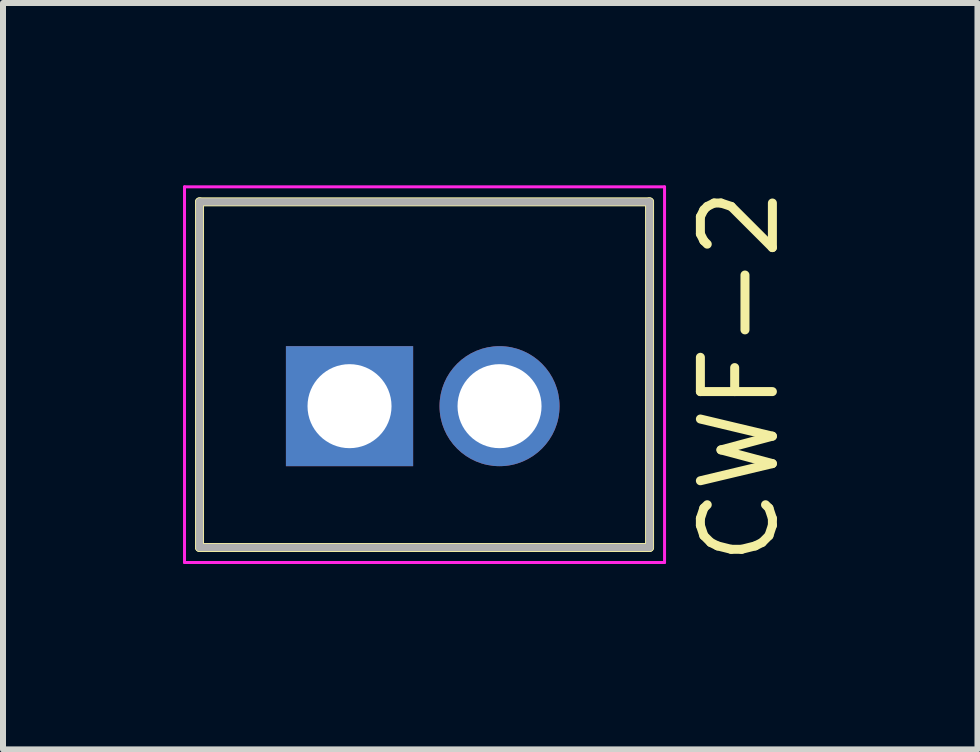
<source format=kicad_pcb>
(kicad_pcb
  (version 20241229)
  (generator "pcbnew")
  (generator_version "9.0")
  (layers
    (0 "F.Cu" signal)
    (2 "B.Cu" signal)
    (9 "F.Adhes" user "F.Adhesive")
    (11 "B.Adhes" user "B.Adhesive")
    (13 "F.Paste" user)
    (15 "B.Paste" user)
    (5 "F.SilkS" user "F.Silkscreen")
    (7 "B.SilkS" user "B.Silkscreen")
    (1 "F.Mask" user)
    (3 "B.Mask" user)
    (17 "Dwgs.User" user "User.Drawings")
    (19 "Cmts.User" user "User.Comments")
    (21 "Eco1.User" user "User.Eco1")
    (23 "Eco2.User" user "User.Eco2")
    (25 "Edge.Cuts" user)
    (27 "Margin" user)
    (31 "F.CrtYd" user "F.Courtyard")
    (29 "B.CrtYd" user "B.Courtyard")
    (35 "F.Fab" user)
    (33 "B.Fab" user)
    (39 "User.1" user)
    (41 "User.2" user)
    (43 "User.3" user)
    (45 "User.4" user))
  (footprint "CWF-2"
    (layer "F.Cu")
    (at 4.005 3.194)
    (property "Reference" "CWF-2" (at 5.27 0.025 90) (layer "F.SilkS") (effects (font (size 1.2 1.2) (thickness 0.15))))
    (attr through_hole)
    (fp_line (start -3.73 -2.88) (end 3.77 -2.88) (stroke (width 0.15) (type solid)) (layer "F.SilkS"))
    (fp_line (start -3.73 2.88) (end -3.73 -2.88) (stroke (width 0.15) (type solid)) (layer "F.SilkS"))
    (fp_line (start 3.77 -2.88) (end 3.77 2.88) (stroke (width 0.15) (type solid)) (layer "F.SilkS"))
    (fp_line (start 3.77 2.88) (end -3.73 2.88) (stroke (width 0.15) (type solid)) (layer "F.SilkS"))
    (fp_line (start -3.98 -3.13) (end 4.02 -3.13) (stroke (width 0.05) (type solid)) (layer "F.CrtYd"))
    (fp_line (start -3.98 3.13) (end -3.98 -3.13) (stroke (width 0.05) (type solid)) (layer "F.CrtYd"))
    (fp_line (start 4.02 -3.13) (end 4.02 3.13) (stroke (width 0.05) (type solid)) (layer "F.CrtYd"))
    (fp_line (start 4.02 3.13) (end -3.98 3.13) (stroke (width 0.05) (type solid)) (layer "F.CrtYd"))
    (fp_line (start -3.73 -2.88) (end 3.77 -2.88) (stroke (width 0.12) (type solid)) (layer "F.Fab"))
    (fp_line (start -3.73 2.88) (end -3.73 -2.88) (stroke (width 0.12) (type solid)) (layer "F.Fab"))
    (fp_line (start 3.77 -2.88) (end 3.77 2.88) (stroke (width 0.12) (type solid)) (layer "F.Fab"))
    (fp_line (start 3.77 2.88) (end -3.73 2.88) (stroke (width 0.12) (type solid)) (layer "F.Fab"))
    (pad "1" thru_hole rect (at -1.23 0.525) (size 2.12 2) (drill 1.4) (layers "*.Cu" "*.Mask"))
    (pad "2" thru_hole circle (at 1.27 0.525) (size 2 2) (drill 1.4) (layers "*.Cu" "*.Mask")))
  (gr_rect
    (start -3 -3)
    (end 13.24 9.439)
    (stroke (width 0.1) (type default))
    (fill no)
    (layer "Edge.Cuts")))
</source>
